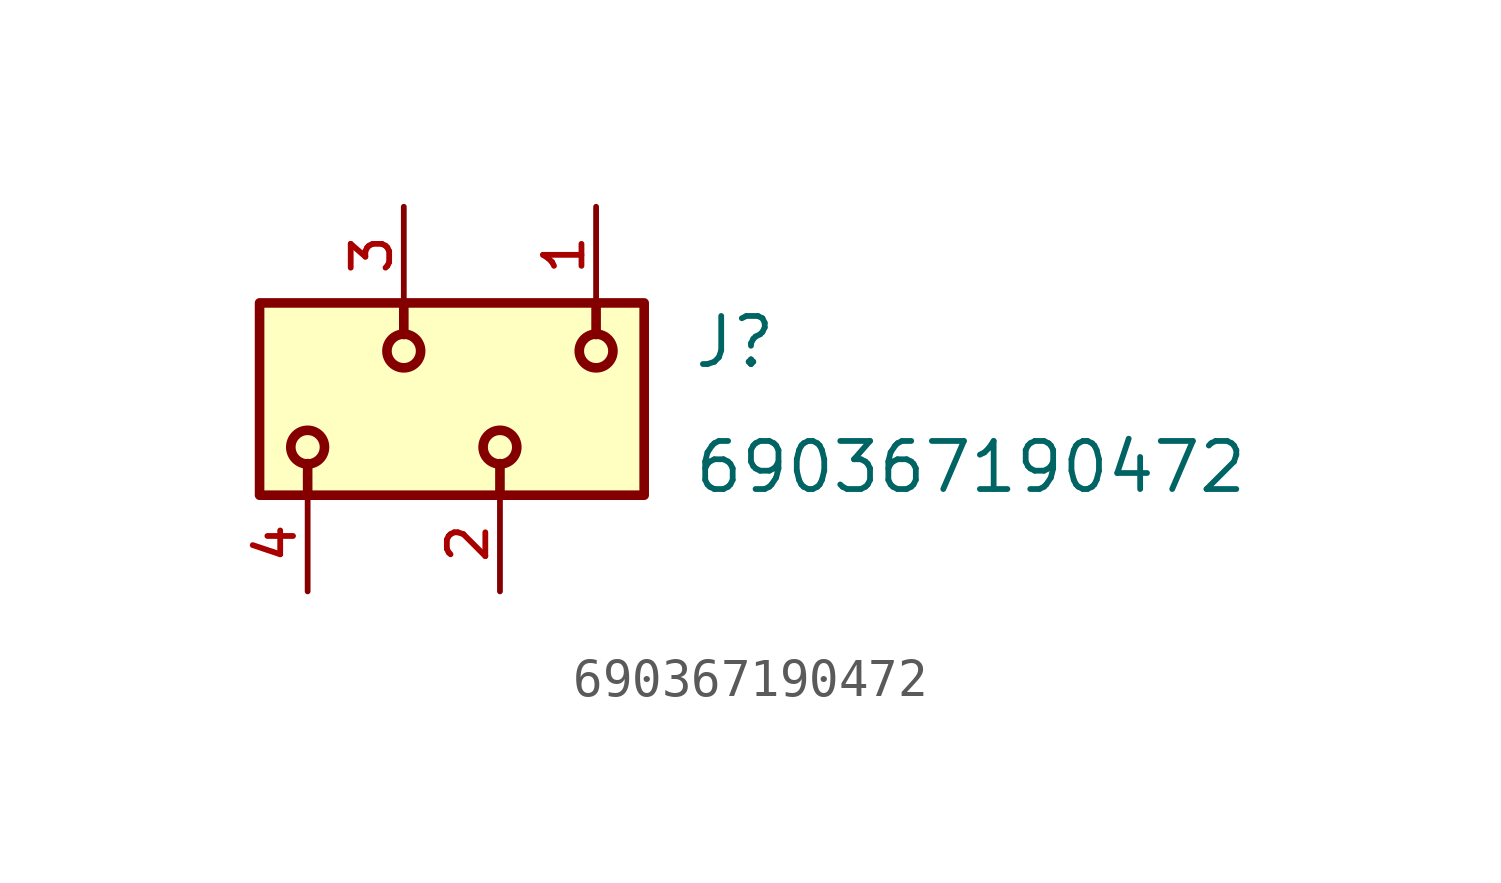
<source format=kicad_sym>
(kicad_symbol_lib
  (version 20211014)
  (generator kicad_symbol_editor)
  (symbol "690367190472"
    (pin_names
      (offset 1.016))
    (property "Reference" "J"
      (at 5.08 0.762 0)
      (effects (font (size 1.27 1.27)) (justify bottom left)))
    (property "Value" "690367190472"
      (at 5.08 -2.54 0)
      (effects (font (size 1.27 1.27)) (justify bottom left)))
    (symbol "690367190472_0_0"
      (polyline (pts (xy -5.08 -1.705) (xy -5.08 -2.54)) (stroke (width 0.254)))
      (polyline (pts (xy 0.0 -1.705) (xy 0.0 -2.54)) (stroke (width 0.254)))
      (polyline (pts (xy -2.54 1.705) (xy -2.54 2.54)) (stroke (width 0.254)))
      (polyline (pts (xy 2.54 1.705) (xy 2.54 2.54)) (stroke (width 0.254)))
      (circle (center -5.08 -1.27) (radius 0.445) (stroke (width 0.254)) (fill (type none)))
      (circle (center 0.0 -1.27) (radius 0.445) (stroke (width 0.254)) (fill (type none)))
      (circle (center -2.54 1.27) (radius 0.445) (stroke (width 0.254)) (fill (type none)))
      (circle (center 2.54 1.27) (radius 0.445) (stroke (width 0.254)) (fill (type none)))
      (rectangle (start -6.35 -2.54) (end 3.81 2.54) (stroke (width 0.254)) (fill (type background)))
      (pin passive line (at 0.0 -5.08 90.0) (length 2.54) (name "~" (effects (font (size 1.016 1.016)))) (number "2" (effects (font (size 1.016 1.016)))))
      (pin passive line (at 2.54 5.08 270.0) (length 2.54) (name "~" (effects (font (size 1.016 1.016)))) (number "1" (effects (font (size 1.016 1.016)))))
      (pin passive line (at -2.54 5.08 270.0) (length 2.54) (name "~" (effects (font (size 1.016 1.016)))) (number "3" (effects (font (size 1.016 1.016)))))
      (pin passive line (at -5.08 -5.08 90.0) (length 2.54) (name "~" (effects (font (size 1.016 1.016)))) (number "4" (effects (font (size 1.016 1.016))))))))
</source>
